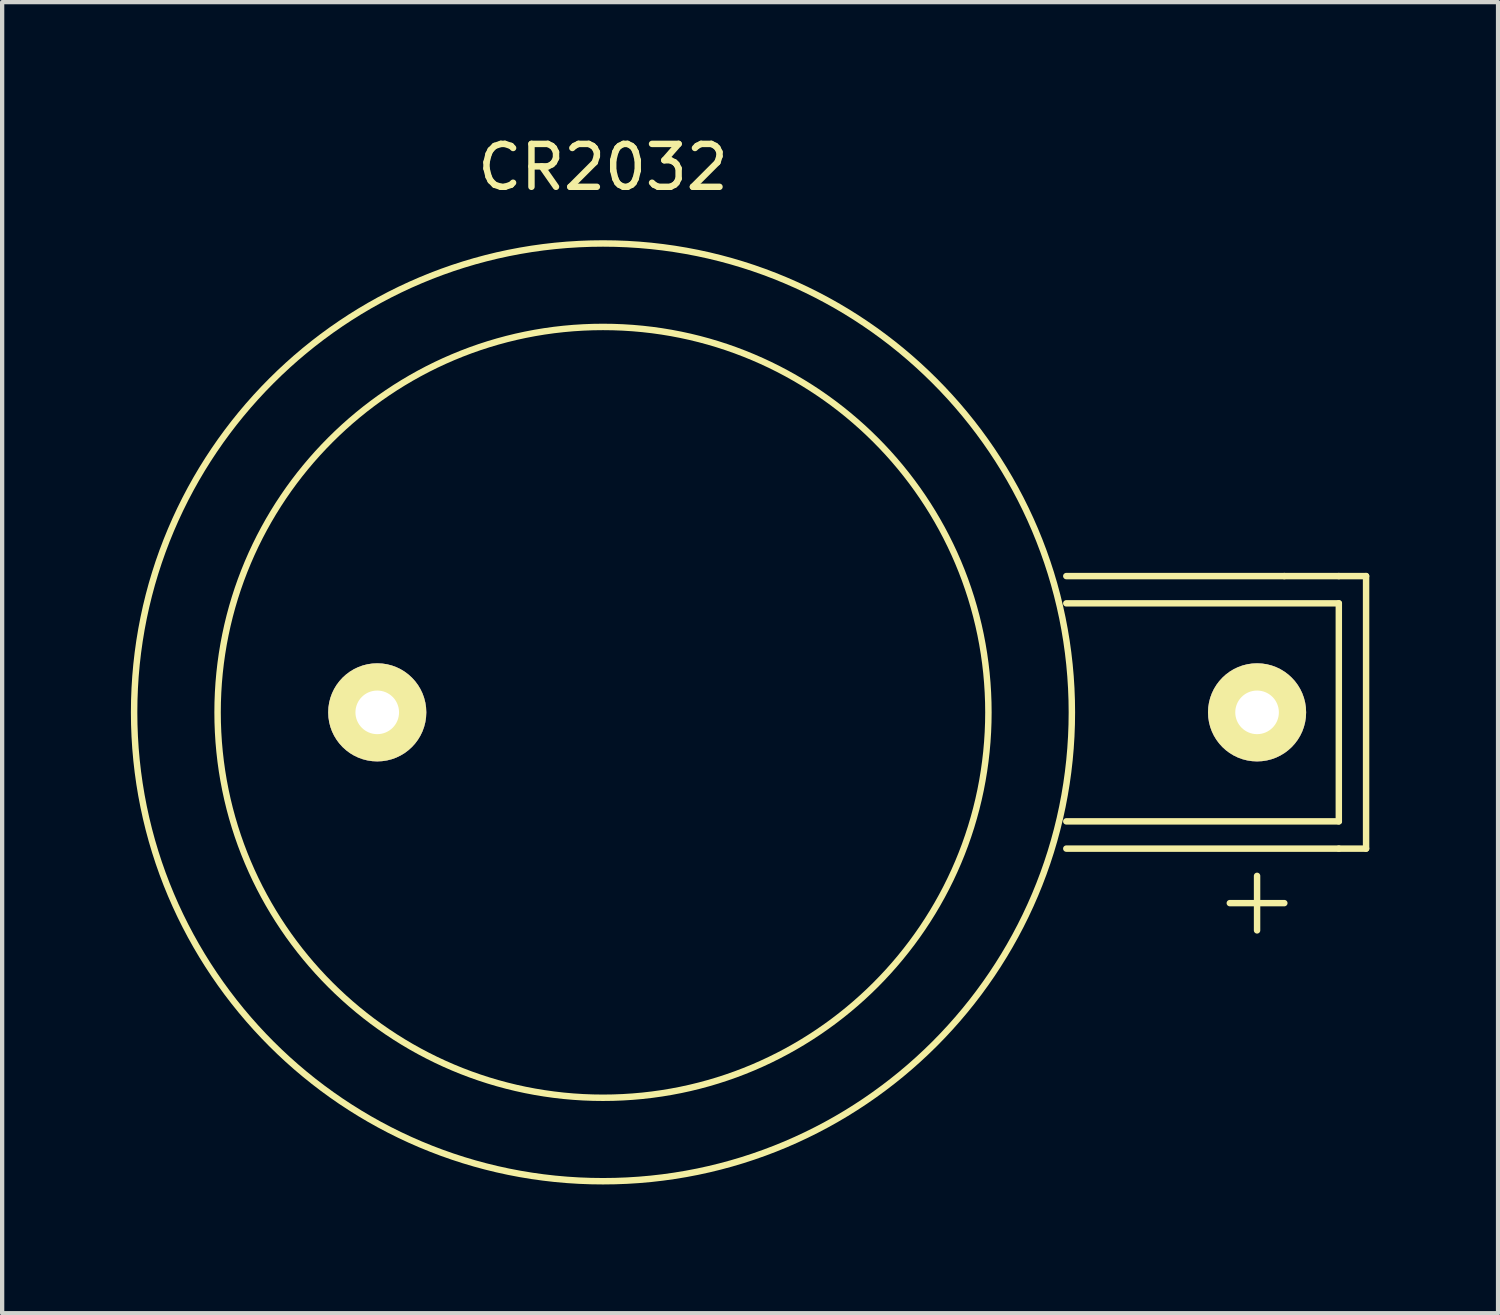
<source format=kicad_pcb>
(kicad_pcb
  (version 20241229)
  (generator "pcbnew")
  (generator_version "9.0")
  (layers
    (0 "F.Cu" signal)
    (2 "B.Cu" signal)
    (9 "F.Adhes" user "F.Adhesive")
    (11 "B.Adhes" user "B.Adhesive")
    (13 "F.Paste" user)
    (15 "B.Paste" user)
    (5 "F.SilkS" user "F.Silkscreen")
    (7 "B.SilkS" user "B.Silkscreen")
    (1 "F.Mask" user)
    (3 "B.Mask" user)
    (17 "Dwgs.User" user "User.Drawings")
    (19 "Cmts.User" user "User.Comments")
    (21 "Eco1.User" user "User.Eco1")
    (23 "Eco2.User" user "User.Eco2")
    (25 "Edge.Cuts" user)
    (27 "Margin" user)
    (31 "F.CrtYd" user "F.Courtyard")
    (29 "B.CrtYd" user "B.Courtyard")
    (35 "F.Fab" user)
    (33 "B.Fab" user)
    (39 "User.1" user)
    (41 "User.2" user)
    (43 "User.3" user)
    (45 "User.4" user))
  (footprint "CR2032"
    (layer "F.Cu")
    (at 11 13.548)
    (property "Reference" "CR2032" (at 0 -12.7 0) (layer "F.SilkS") (effects (font (size 1 1) (thickness 0.15))))
    (attr through_hole)
    (fp_line (start 10.795 -3.175) (end 15.875 -3.175) (stroke (width 0.15) (type solid)) (layer "F.SilkS"))
    (fp_line (start 10.795 -2.54) (end 17.145 -2.54) (stroke (width 0.15) (type solid)) (layer "F.SilkS"))
    (fp_line (start 14.605 4.445) (end 15.875 4.445) (stroke (width 0.15) (type solid)) (layer "F.SilkS"))
    (fp_line (start 15.24 3.81) (end 15.24 5.08) (stroke (width 0.15) (type solid)) (layer "F.SilkS"))
    (fp_line (start 15.875 -3.175) (end 17.145 -3.175) (stroke (width 0.15) (type solid)) (layer "F.SilkS"))
    (fp_line (start 17.145 -3.175) (end 17.78 -3.175) (stroke (width 0.15) (type solid)) (layer "F.SilkS"))
    (fp_line (start 17.145 -2.54) (end 17.145 2.54) (stroke (width 0.15) (type solid)) (layer "F.SilkS"))
    (fp_line (start 17.145 2.54) (end 10.795 2.54) (stroke (width 0.15) (type solid)) (layer "F.SilkS"))
    (fp_line (start 17.145 3.175) (end 10.795 3.175) (stroke (width 0.15) (type solid)) (layer "F.SilkS"))
    (fp_line (start 17.78 -3.175) (end 17.78 3.175) (stroke (width 0.15) (type solid)) (layer "F.SilkS"))
    (fp_line (start 17.78 3.175) (end 17.145 3.175) (stroke (width 0.15) (type solid)) (layer "F.SilkS"))
    (fp_circle (center 0 0) (end -1.27 -8.89) (stroke (width 0.15) (type solid)) (fill no) (layer "F.SilkS"))
    (fp_circle (center 0 0) (end 6.35 8.89) (stroke (width 0.15) (type solid)) (fill no) (layer "F.SilkS"))
    (pad "1" thru_hole circle (at 15.24 0) (size 2.286 2.286) (drill 1.016) (layers "*.Cu" "*.Mask" "F.SilkS"))
    (pad "2" thru_hole circle (at -5.26 0) (size 2.286 2.286) (drill 1.016) (layers "*.Cu" "*.Mask" "F.SilkS")))
  (gr_rect
    (start -3 -3)
    (end 31.855 27.548)
    (stroke (width 0.1) (type default))
    (fill no)
    (layer "Edge.Cuts")))
</source>
